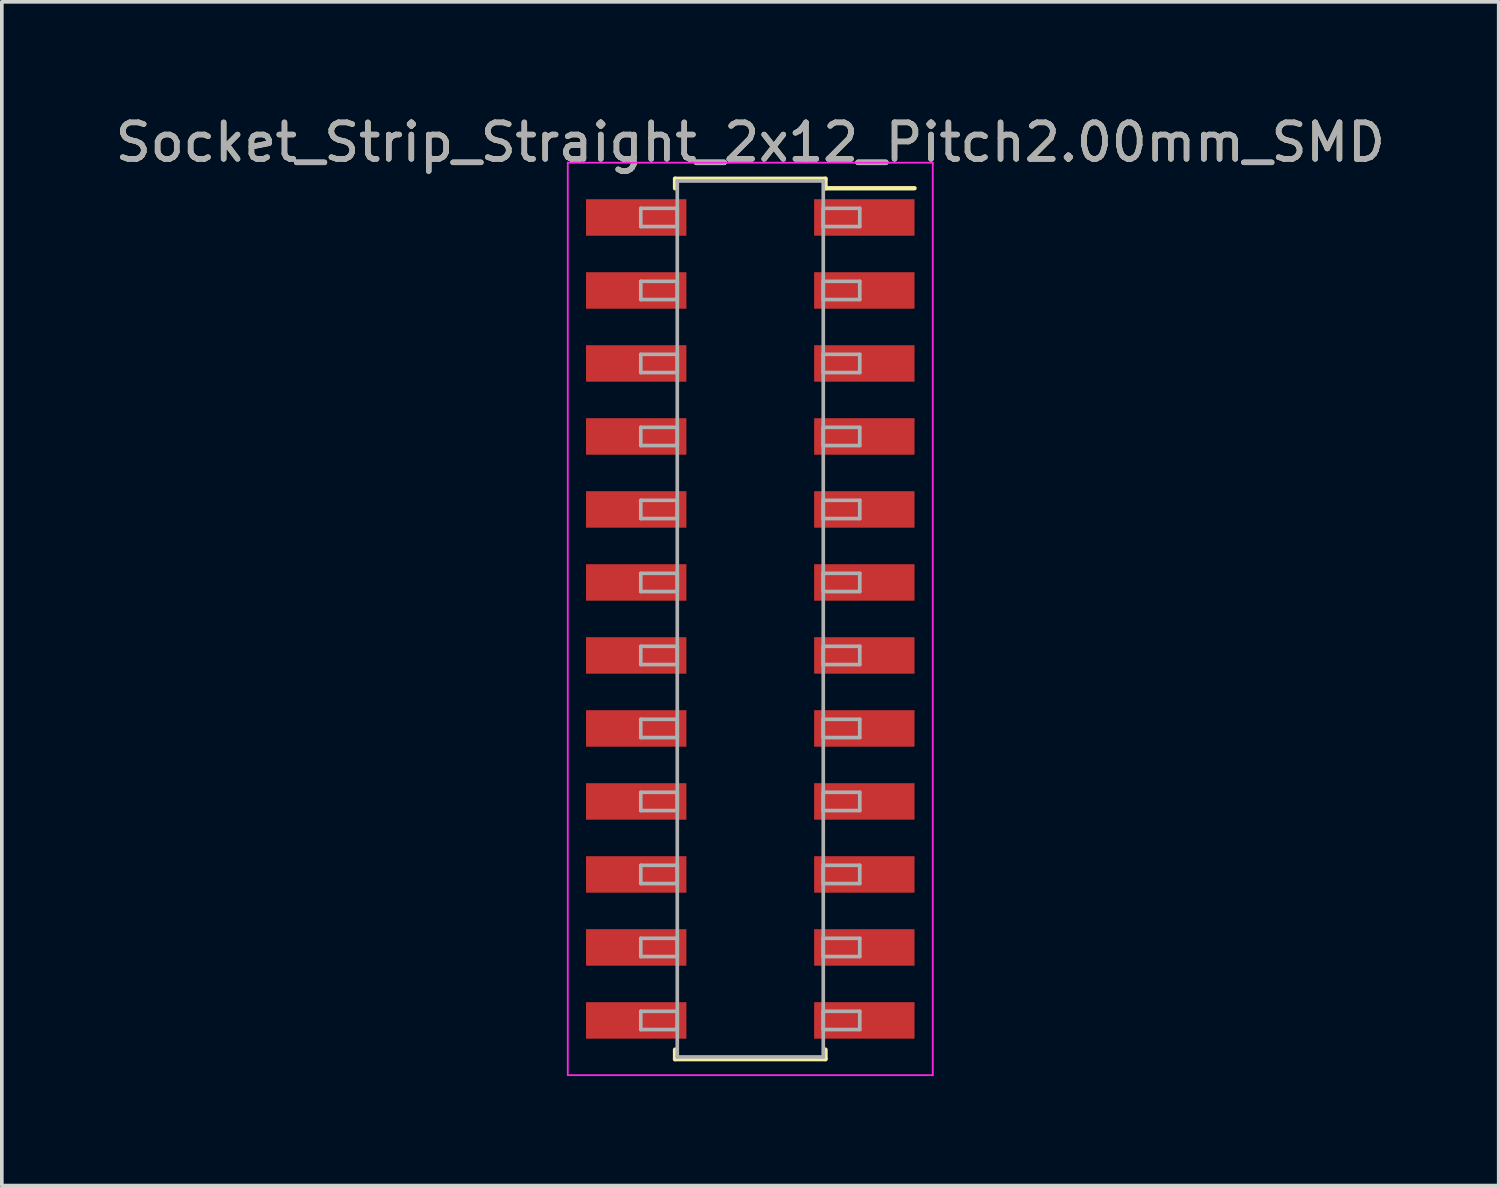
<source format=kicad_pcb>
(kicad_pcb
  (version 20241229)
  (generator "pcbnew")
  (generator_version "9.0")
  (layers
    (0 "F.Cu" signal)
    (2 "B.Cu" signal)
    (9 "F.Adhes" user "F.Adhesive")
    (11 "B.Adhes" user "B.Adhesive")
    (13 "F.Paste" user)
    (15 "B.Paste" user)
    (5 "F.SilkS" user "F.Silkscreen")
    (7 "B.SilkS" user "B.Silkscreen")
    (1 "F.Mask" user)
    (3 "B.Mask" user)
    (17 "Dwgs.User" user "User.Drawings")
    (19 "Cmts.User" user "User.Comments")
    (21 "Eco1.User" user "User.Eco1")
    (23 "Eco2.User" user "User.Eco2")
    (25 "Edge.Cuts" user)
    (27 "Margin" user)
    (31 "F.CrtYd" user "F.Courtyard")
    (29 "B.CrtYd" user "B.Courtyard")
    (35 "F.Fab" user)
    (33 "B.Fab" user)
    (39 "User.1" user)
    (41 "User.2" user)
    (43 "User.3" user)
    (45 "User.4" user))
  (footprint "Socket_Strip_Straight_2x12_Pitch2.00mm_SMD"
    (layer "F.Cu")
    (at 17.506 13.908)
    (property "Reference" "Socket_Strip_Straight_2x12_Pitch2.00mm_SMD" (at 0 -13.06 0) (layer "F.SilkS") (effects (font (size 1 1) (thickness 0.15))))
    (attr smd)
    (fp_line (start -2.06 -12.06) (end 2.06 -12.06) (stroke (width 0.12) (type solid)) (layer "F.SilkS"))
    (fp_line (start -2.06 -11.8) (end -2.06 -12.06) (stroke (width 0.12) (type solid)) (layer "F.SilkS"))
    (fp_line (start -2.06 11.8) (end -2.06 12.06) (stroke (width 0.12) (type solid)) (layer "F.SilkS"))
    (fp_line (start -2.06 12.06) (end 2.06 12.06) (stroke (width 0.12) (type solid)) (layer "F.SilkS"))
    (fp_line (start 2.06 -12.06) (end 2.06 -11.8) (stroke (width 0.12) (type solid)) (layer "F.SilkS"))
    (fp_line (start 2.06 12.06) (end 2.06 11.8) (stroke (width 0.12) (type solid)) (layer "F.SilkS"))
    (fp_line (start 4.5 -11.8) (end 2.06 -11.8) (stroke (width 0.12) (type solid)) (layer "F.SilkS"))
    (fp_line (start -5 -12.5) (end -5 12.5) (stroke (width 0.05) (type solid)) (layer "F.CrtYd"))
    (fp_line (start -5 12.5) (end 5 12.5) (stroke (width 0.05) (type solid)) (layer "F.CrtYd"))
    (fp_line (start 5 -12.5) (end -5 -12.5) (stroke (width 0.05) (type solid)) (layer "F.CrtYd"))
    (fp_line (start 5 12.5) (end 5 -12.5) (stroke (width 0.05) (type solid)) (layer "F.CrtYd"))
    (fp_line (start -3 -11.25) (end -2 -11.25) (stroke (width 0.1) (type solid)) (layer "F.Fab"))
    (fp_line (start -3 -10.75) (end -3 -11.25) (stroke (width 0.1) (type solid)) (layer "F.Fab"))
    (fp_line (start -3 -9.25) (end -2 -9.25) (stroke (width 0.1) (type solid)) (layer "F.Fab"))
    (fp_line (start -3 -8.75) (end -3 -9.25) (stroke (width 0.1) (type solid)) (layer "F.Fab"))
    (fp_line (start -3 -7.25) (end -2 -7.25) (stroke (width 0.1) (type solid)) (layer "F.Fab"))
    (fp_line (start -3 -6.75) (end -3 -7.25) (stroke (width 0.1) (type solid)) (layer "F.Fab"))
    (fp_line (start -3 -5.25) (end -2 -5.25) (stroke (width 0.1) (type solid)) (layer "F.Fab"))
    (fp_line (start -3 -4.75) (end -3 -5.25) (stroke (width 0.1) (type solid)) (layer "F.Fab"))
    (fp_line (start -3 -3.25) (end -2 -3.25) (stroke (width 0.1) (type solid)) (layer "F.Fab"))
    (fp_line (start -3 -2.75) (end -3 -3.25) (stroke (width 0.1) (type solid)) (layer "F.Fab"))
    (fp_line (start -3 -1.25) (end -2 -1.25) (stroke (width 0.1) (type solid)) (layer "F.Fab"))
    (fp_line (start -3 -0.75) (end -3 -1.25) (stroke (width 0.1) (type solid)) (layer "F.Fab"))
    (fp_line (start -3 0.75) (end -2 0.75) (stroke (width 0.1) (type solid)) (layer "F.Fab"))
    (fp_line (start -3 1.25) (end -3 0.75) (stroke (width 0.1) (type solid)) (layer "F.Fab"))
    (fp_line (start -3 2.75) (end -2 2.75) (stroke (width 0.1) (type solid)) (layer "F.Fab"))
    (fp_line (start -3 3.25) (end -3 2.75) (stroke (width 0.1) (type solid)) (layer "F.Fab"))
    (fp_line (start -3 4.75) (end -2 4.75) (stroke (width 0.1) (type solid)) (layer "F.Fab"))
    (fp_line (start -3 5.25) (end -3 4.75) (stroke (width 0.1) (type solid)) (layer "F.Fab"))
    (fp_line (start -3 6.75) (end -2 6.75) (stroke (width 0.1) (type solid)) (layer "F.Fab"))
    (fp_line (start -3 7.25) (end -3 6.75) (stroke (width 0.1) (type solid)) (layer "F.Fab"))
    (fp_line (start -3 8.75) (end -2 8.75) (stroke (width 0.1) (type solid)) (layer "F.Fab"))
    (fp_line (start -3 9.25) (end -3 8.75) (stroke (width 0.1) (type solid)) (layer "F.Fab"))
    (fp_line (start -3 10.75) (end -2 10.75) (stroke (width 0.1) (type solid)) (layer "F.Fab"))
    (fp_line (start -3 11.25) (end -3 10.75) (stroke (width 0.1) (type solid)) (layer "F.Fab"))
    (fp_line (start -2 -12) (end -2 12) (stroke (width 0.1) (type solid)) (layer "F.Fab"))
    (fp_line (start -2 -11.25) (end -2 -10.75) (stroke (width 0.1) (type solid)) (layer "F.Fab"))
    (fp_line (start -2 -10.75) (end -3 -10.75) (stroke (width 0.1) (type solid)) (layer "F.Fab"))
    (fp_line (start -2 -9.25) (end -2 -8.75) (stroke (width 0.1) (type solid)) (layer "F.Fab"))
    (fp_line (start -2 -8.75) (end -3 -8.75) (stroke (width 0.1) (type solid)) (layer "F.Fab"))
    (fp_line (start -2 -7.25) (end -2 -6.75) (stroke (width 0.1) (type solid)) (layer "F.Fab"))
    (fp_line (start -2 -6.75) (end -3 -6.75) (stroke (width 0.1) (type solid)) (layer "F.Fab"))
    (fp_line (start -2 -5.25) (end -2 -4.75) (stroke (width 0.1) (type solid)) (layer "F.Fab"))
    (fp_line (start -2 -4.75) (end -3 -4.75) (stroke (width 0.1) (type solid)) (layer "F.Fab"))
    (fp_line (start -2 -3.25) (end -2 -2.75) (stroke (width 0.1) (type solid)) (layer "F.Fab"))
    (fp_line (start -2 -2.75) (end -3 -2.75) (stroke (width 0.1) (type solid)) (layer "F.Fab"))
    (fp_line (start -2 -1.25) (end -2 -0.75) (stroke (width 0.1) (type solid)) (layer "F.Fab"))
    (fp_line (start -2 -0.75) (end -3 -0.75) (stroke (width 0.1) (type solid)) (layer "F.Fab"))
    (fp_line (start -2 0.75) (end -2 1.25) (stroke (width 0.1) (type solid)) (layer "F.Fab"))
    (fp_line (start -2 1.25) (end -3 1.25) (stroke (width 0.1) (type solid)) (layer "F.Fab"))
    (fp_line (start -2 2.75) (end -2 3.25) (stroke (width 0.1) (type solid)) (layer "F.Fab"))
    (fp_line (start -2 3.25) (end -3 3.25) (stroke (width 0.1) (type solid)) (layer "F.Fab"))
    (fp_line (start -2 4.75) (end -2 5.25) (stroke (width 0.1) (type solid)) (layer "F.Fab"))
    (fp_line (start -2 5.25) (end -3 5.25) (stroke (width 0.1) (type solid)) (layer "F.Fab"))
    (fp_line (start -2 6.75) (end -2 7.25) (stroke (width 0.1) (type solid)) (layer "F.Fab"))
    (fp_line (start -2 7.25) (end -3 7.25) (stroke (width 0.1) (type solid)) (layer "F.Fab"))
    (fp_line (start -2 8.75) (end -2 9.25) (stroke (width 0.1) (type solid)) (layer "F.Fab"))
    (fp_line (start -2 9.25) (end -3 9.25) (stroke (width 0.1) (type solid)) (layer "F.Fab"))
    (fp_line (start -2 10.75) (end -2 11.25) (stroke (width 0.1) (type solid)) (layer "F.Fab"))
    (fp_line (start -2 11.25) (end -3 11.25) (stroke (width 0.1) (type solid)) (layer "F.Fab"))
    (fp_line (start -2 12) (end 2 12) (stroke (width 0.1) (type solid)) (layer "F.Fab"))
    (fp_line (start 2 -12) (end -2 -12) (stroke (width 0.1) (type solid)) (layer "F.Fab"))
    (fp_line (start 2 -11.25) (end 2 -10.75) (stroke (width 0.1) (type solid)) (layer "F.Fab"))
    (fp_line (start 2 -10.75) (end 3 -10.75) (stroke (width 0.1) (type solid)) (layer "F.Fab"))
    (fp_line (start 2 -9.25) (end 2 -8.75) (stroke (width 0.1) (type solid)) (layer "F.Fab"))
    (fp_line (start 2 -8.75) (end 3 -8.75) (stroke (width 0.1) (type solid)) (layer "F.Fab"))
    (fp_line (start 2 -7.25) (end 2 -6.75) (stroke (width 0.1) (type solid)) (layer "F.Fab"))
    (fp_line (start 2 -6.75) (end 3 -6.75) (stroke (width 0.1) (type solid)) (layer "F.Fab"))
    (fp_line (start 2 -5.25) (end 2 -4.75) (stroke (width 0.1) (type solid)) (layer "F.Fab"))
    (fp_line (start 2 -4.75) (end 3 -4.75) (stroke (width 0.1) (type solid)) (layer "F.Fab"))
    (fp_line (start 2 -3.25) (end 2 -2.75) (stroke (width 0.1) (type solid)) (layer "F.Fab"))
    (fp_line (start 2 -2.75) (end 3 -2.75) (stroke (width 0.1) (type solid)) (layer "F.Fab"))
    (fp_line (start 2 -1.25) (end 2 -0.75) (stroke (width 0.1) (type solid)) (layer "F.Fab"))
    (fp_line (start 2 -0.75) (end 3 -0.75) (stroke (width 0.1) (type solid)) (layer "F.Fab"))
    (fp_line (start 2 0.75) (end 2 1.25) (stroke (width 0.1) (type solid)) (layer "F.Fab"))
    (fp_line (start 2 1.25) (end 3 1.25) (stroke (width 0.1) (type solid)) (layer "F.Fab"))
    (fp_line (start 2 2.75) (end 2 3.25) (stroke (width 0.1) (type solid)) (layer "F.Fab"))
    (fp_line (start 2 3.25) (end 3 3.25) (stroke (width 0.1) (type solid)) (layer "F.Fab"))
    (fp_line (start 2 4.75) (end 2 5.25) (stroke (width 0.1) (type solid)) (layer "F.Fab"))
    (fp_line (start 2 5.25) (end 3 5.25) (stroke (width 0.1) (type solid)) (layer "F.Fab"))
    (fp_line (start 2 6.75) (end 2 7.25) (stroke (width 0.1) (type solid)) (layer "F.Fab"))
    (fp_line (start 2 7.25) (end 3 7.25) (stroke (width 0.1) (type solid)) (layer "F.Fab"))
    (fp_line (start 2 8.75) (end 2 9.25) (stroke (width 0.1) (type solid)) (layer "F.Fab"))
    (fp_line (start 2 9.25) (end 3 9.25) (stroke (width 0.1) (type solid)) (layer "F.Fab"))
    (fp_line (start 2 10.75) (end 2 11.25) (stroke (width 0.1) (type solid)) (layer "F.Fab"))
    (fp_line (start 2 11.25) (end 3 11.25) (stroke (width 0.1) (type solid)) (layer "F.Fab"))
    (fp_line (start 2 12) (end 2 -12) (stroke (width 0.1) (type solid)) (layer "F.Fab"))
    (fp_line (start 3 -11.25) (end 2 -11.25) (stroke (width 0.1) (type solid)) (layer "F.Fab"))
    (fp_line (start 3 -10.75) (end 3 -11.25) (stroke (width 0.1) (type solid)) (layer "F.Fab"))
    (fp_line (start 3 -9.25) (end 2 -9.25) (stroke (width 0.1) (type solid)) (layer "F.Fab"))
    (fp_line (start 3 -8.75) (end 3 -9.25) (stroke (width 0.1) (type solid)) (layer "F.Fab"))
    (fp_line (start 3 -7.25) (end 2 -7.25) (stroke (width 0.1) (type solid)) (layer "F.Fab"))
    (fp_line (start 3 -6.75) (end 3 -7.25) (stroke (width 0.1) (type solid)) (layer "F.Fab"))
    (fp_line (start 3 -5.25) (end 2 -5.25) (stroke (width 0.1) (type solid)) (layer "F.Fab"))
    (fp_line (start 3 -4.75) (end 3 -5.25) (stroke (width 0.1) (type solid)) (layer "F.Fab"))
    (fp_line (start 3 -3.25) (end 2 -3.25) (stroke (width 0.1) (type solid)) (layer "F.Fab"))
    (fp_line (start 3 -2.75) (end 3 -3.25) (stroke (width 0.1) (type solid)) (layer "F.Fab"))
    (fp_line (start 3 -1.25) (end 2 -1.25) (stroke (width 0.1) (type solid)) (layer "F.Fab"))
    (fp_line (start 3 -0.75) (end 3 -1.25) (stroke (width 0.1) (type solid)) (layer "F.Fab"))
    (fp_line (start 3 0.75) (end 2 0.75) (stroke (width 0.1) (type solid)) (layer "F.Fab"))
    (fp_line (start 3 1.25) (end 3 0.75) (stroke (width 0.1) (type solid)) (layer "F.Fab"))
    (fp_line (start 3 2.75) (end 2 2.75) (stroke (width 0.1) (type solid)) (layer "F.Fab"))
    (fp_line (start 3 3.25) (end 3 2.75) (stroke (width 0.1) (type solid)) (layer "F.Fab"))
    (fp_line (start 3 4.75) (end 2 4.75) (stroke (width 0.1) (type solid)) (layer "F.Fab"))
    (fp_line (start 3 5.25) (end 3 4.75) (stroke (width 0.1) (type solid)) (layer "F.Fab"))
    (fp_line (start 3 6.75) (end 2 6.75) (stroke (width 0.1) (type solid)) (layer "F.Fab"))
    (fp_line (start 3 7.25) (end 3 6.75) (stroke (width 0.1) (type solid)) (layer "F.Fab"))
    (fp_line (start 3 8.75) (end 2 8.75) (stroke (width 0.1) (type solid)) (layer "F.Fab"))
    (fp_line (start 3 9.25) (end 3 8.75) (stroke (width 0.1) (type solid)) (layer "F.Fab"))
    (fp_line (start 3 10.75) (end 2 10.75) (stroke (width 0.1) (type solid)) (layer "F.Fab"))
    (fp_line (start 3 11.25) (end 3 10.75) (stroke (width 0.1) (type solid)) (layer "F.Fab"))
    (fp_text user "${REFERENCE}" (at 0 -13.06 0) (layer "F.Fab") (effects (font (size 1 1) (thickness 0.15))))
    (pad "1" smd rect (at 3.125 -11) (size 2.75 1) (layers "F.Cu" "F.Mask" "F.Paste"))
    (pad "2" smd rect (at -3.125 -11) (size 2.75 1) (layers "F.Cu" "F.Mask" "F.Paste"))
    (pad "3" smd rect (at 3.125 -9) (size 2.75 1) (layers "F.Cu" "F.Mask" "F.Paste"))
    (pad "4" smd rect (at -3.125 -9) (size 2.75 1) (layers "F.Cu" "F.Mask" "F.Paste"))
    (pad "5" smd rect (at 3.125 -7) (size 2.75 1) (layers "F.Cu" "F.Mask" "F.Paste"))
    (pad "6" smd rect (at -3.125 -7) (size 2.75 1) (layers "F.Cu" "F.Mask" "F.Paste"))
    (pad "7" smd rect (at 3.125 -5) (size 2.75 1) (layers "F.Cu" "F.Mask" "F.Paste"))
    (pad "8" smd rect (at -3.125 -5) (size 2.75 1) (layers "F.Cu" "F.Mask" "F.Paste"))
    (pad "9" smd rect (at 3.125 -3) (size 2.75 1) (layers "F.Cu" "F.Mask" "F.Paste"))
    (pad "10" smd rect (at -3.125 -3) (size 2.75 1) (layers "F.Cu" "F.Mask" "F.Paste"))
    (pad "11" smd rect (at 3.125 -1) (size 2.75 1) (layers "F.Cu" "F.Mask" "F.Paste"))
    (pad "12" smd rect (at -3.125 -1) (size 2.75 1) (layers "F.Cu" "F.Mask" "F.Paste"))
    (pad "13" smd rect (at 3.125 1) (size 2.75 1) (layers "F.Cu" "F.Mask" "F.Paste"))
    (pad "14" smd rect (at -3.125 1) (size 2.75 1) (layers "F.Cu" "F.Mask" "F.Paste"))
    (pad "15" smd rect (at 3.125 3) (size 2.75 1) (layers "F.Cu" "F.Mask" "F.Paste"))
    (pad "16" smd rect (at -3.125 3) (size 2.75 1) (layers "F.Cu" "F.Mask" "F.Paste"))
    (pad "17" smd rect (at 3.125 5) (size 2.75 1) (layers "F.Cu" "F.Mask" "F.Paste"))
    (pad "18" smd rect (at -3.125 5) (size 2.75 1) (layers "F.Cu" "F.Mask" "F.Paste"))
    (pad "19" smd rect (at 3.125 7) (size 2.75 1) (layers "F.Cu" "F.Mask" "F.Paste"))
    (pad "20" smd rect (at -3.125 7) (size 2.75 1) (layers "F.Cu" "F.Mask" "F.Paste"))
    (pad "21" smd rect (at 3.125 9) (size 2.75 1) (layers "F.Cu" "F.Mask" "F.Paste"))
    (pad "22" smd rect (at -3.125 9) (size 2.75 1) (layers "F.Cu" "F.Mask" "F.Paste"))
    (pad "23" smd rect (at 3.125 11) (size 2.75 1) (layers "F.Cu" "F.Mask" "F.Paste"))
    (pad "24" smd rect (at -3.125 11) (size 2.75 1) (layers "F.Cu" "F.Mask" "F.Paste")))
  (gr_rect
    (start -3 -3)
    (end 38.012 29.433)
    (stroke (width 0.1) (type default))
    (fill no)
    (layer "Edge.Cuts")))
</source>
